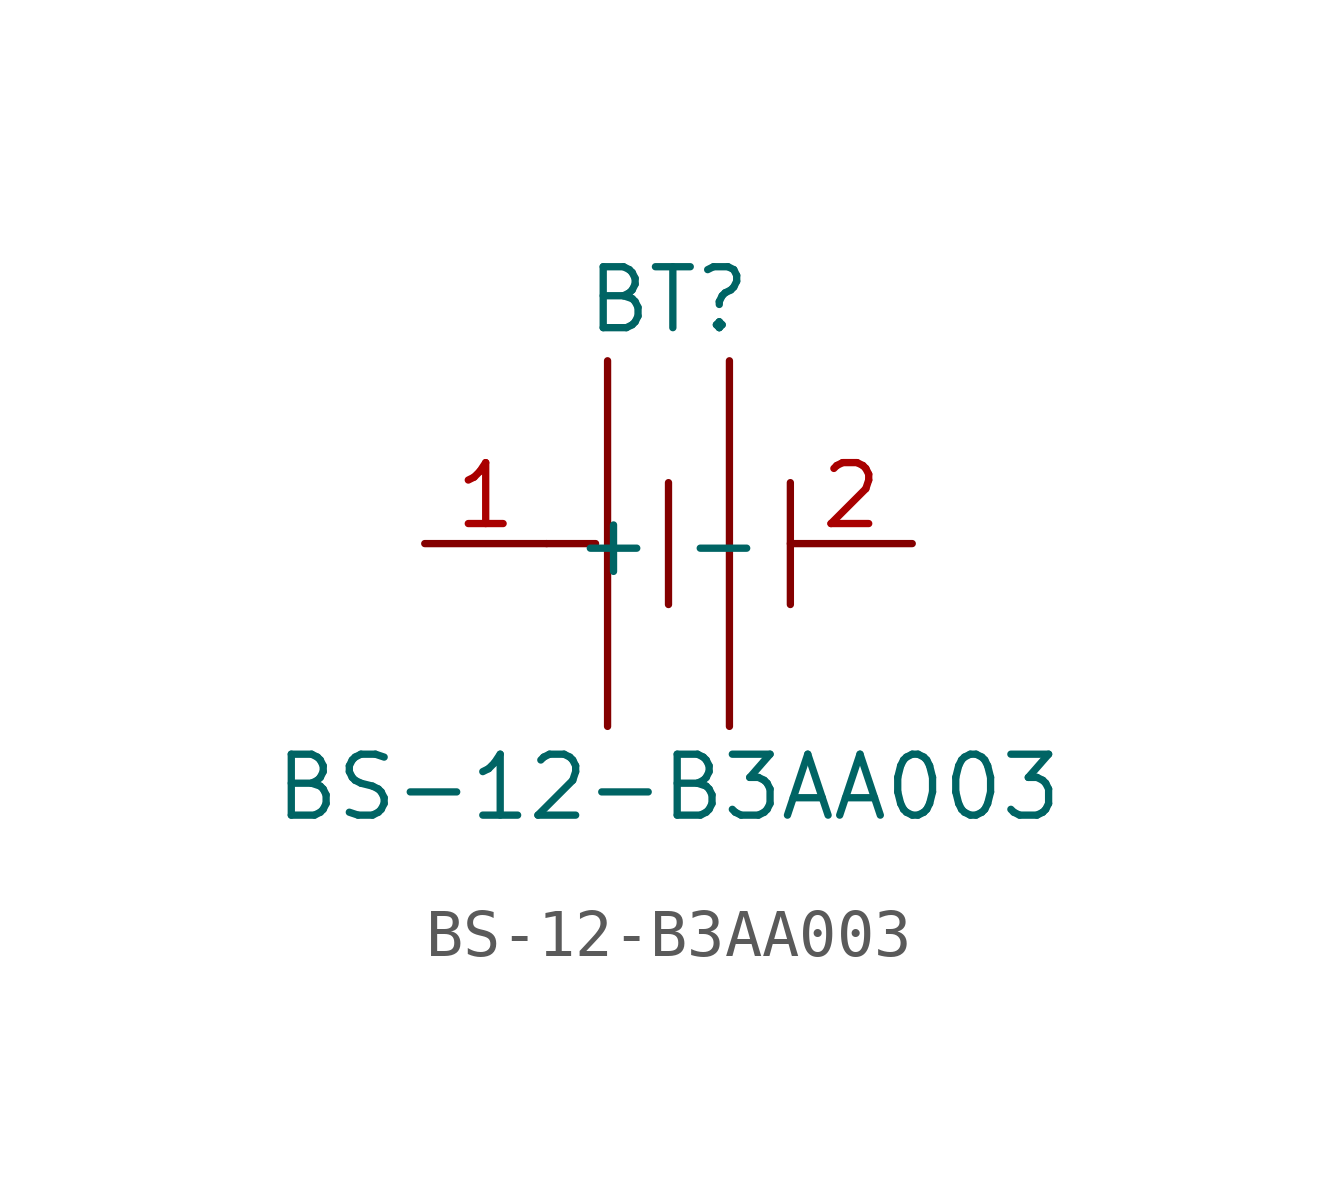
<source format=kicad_sym>
(kicad_symbol_lib
  (version 20211014)
  (generator https://github.com/uPesy/easyeda2kicad.py)
  (symbol "BS-12-B3AA003"
    (property "Reference" "BT"
      (at 0 5.08 0)
      (effects (font (size 1.27 1.27))))
    (property "Value" "BS-12-B3AA003"
      (at 0 -5.08 0)
      (effects (font (size 1.27 1.27))))
    (symbol "BS-12-B3AA003_0_1"
      (polyline (pts (xy -1.27 3.81) (xy -1.27 -3.81)) (stroke (width 0) (type default) (color 0 0 0 0)) (fill (type none)))
      (polyline (pts (xy 0.00 1.27) (xy 0.00 -1.27)) (stroke (width 0) (type default) (color 0 0 0 0)) (fill (type none)))
      (polyline (pts (xy 1.27 3.81) (xy 1.27 -3.81)) (stroke (width 0) (type default) (color 0 0 0 0)) (fill (type none)))
      (polyline (pts (xy 2.54 1.27) (xy 2.54 -1.27)) (stroke (width 0) (type default) (color 0 0 0 0)) (fill (type none)))
      (polyline (pts (xy -2.54 -0.00) (xy -1.52 -0.00)) (stroke (width 0) (type default) (color 0 0 0 0)) (fill (type none)))
      (pin power_in line (at 5.08 -0.00 180) (length 2.54) (name "-" (effects (font (size 1.27 1.27)))) (number "2" (effects (font (size 1.27 1.27)))))
      (pin power_in line (at -5.08 -0.00 0) (length 2.54) (name "+" (effects (font (size 1.27 1.27)))) (number "1" (effects (font (size 1.27 1.27))))))))
</source>
